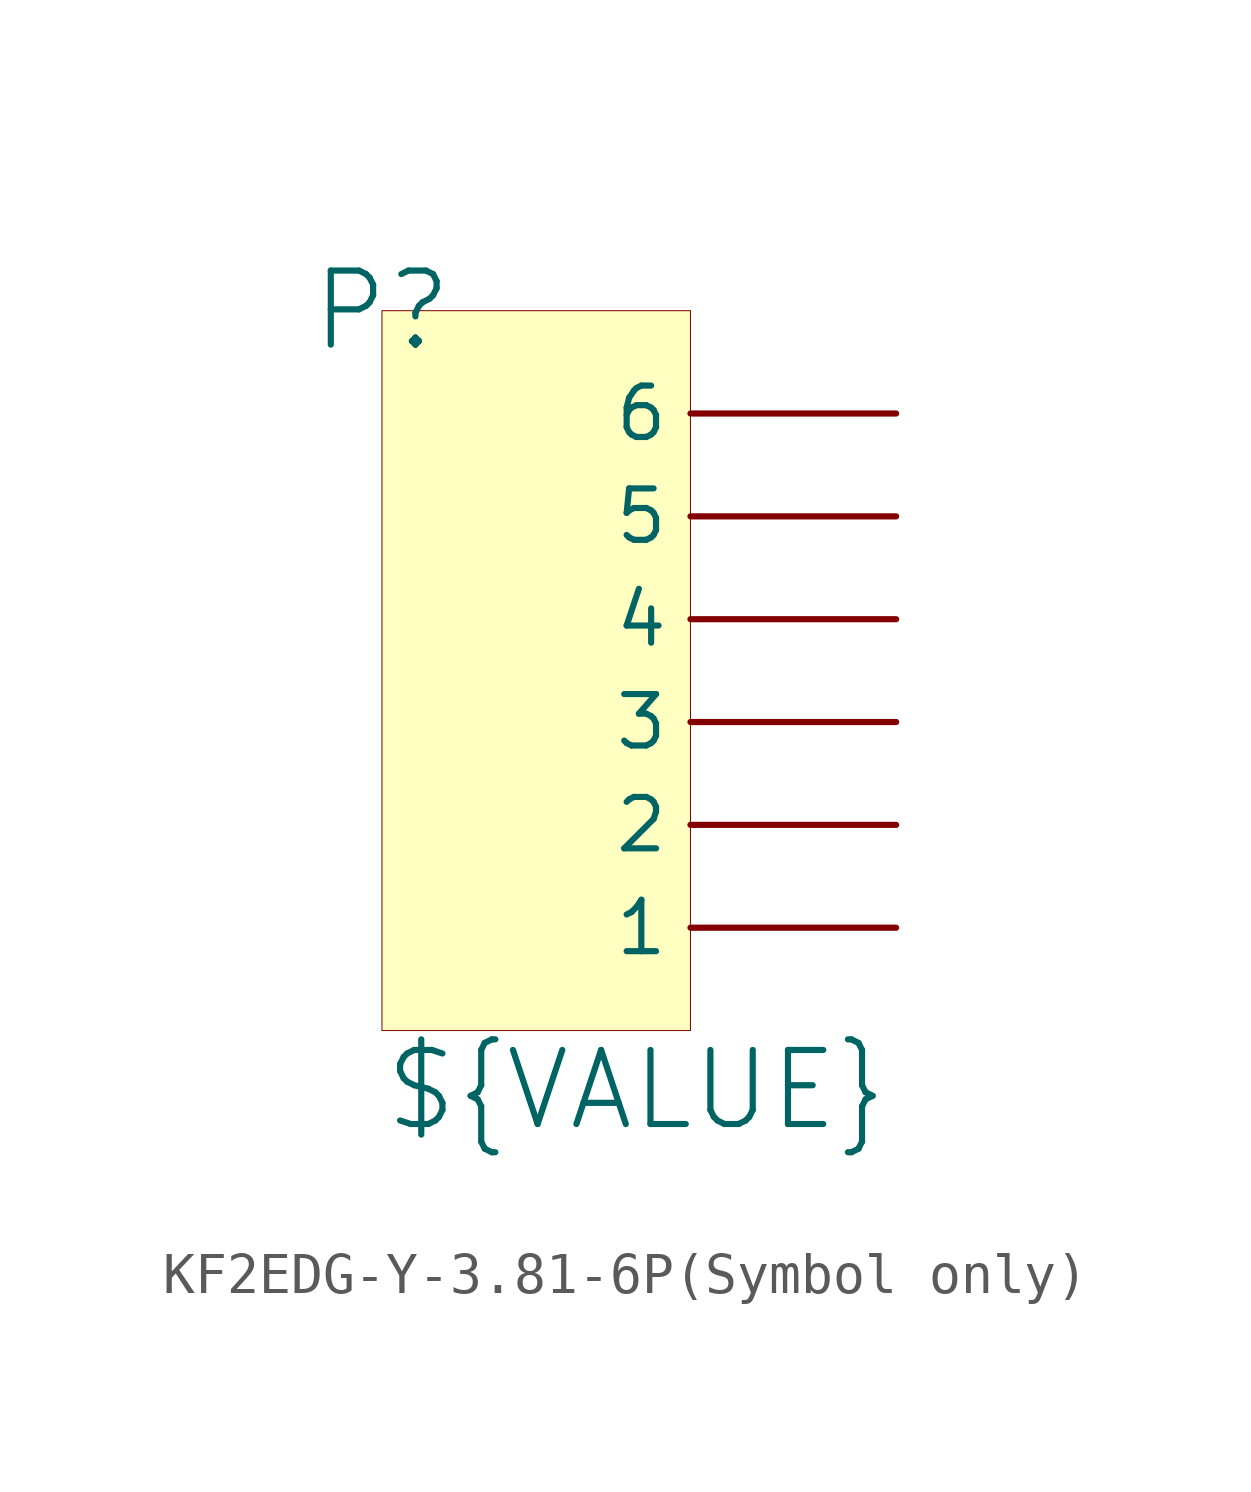
<source format=kicad_sym>
(kicad_symbol_lib
  (version 20241209)
  (generator "kicad_symbol_editor")
  (generator_version "9.0")
  (symbol "KF2EDG-Y-3.81-6P(Symbol only)"
    (pin_numbers
      (hide yes))
    (property "Reference" "P"
      (at 0 17.78 0)
      (effects (font (size 1.829 1.829))))
    (property "Value" "${VALUE}"
      (at 0 -2.54 0)
      (effects (font (size 1.829 1.829)) (justify left bottom)))
    (symbol "KF2EDG-Y-3.81-6P(Symbol only)_1_0"
      (rectangle (start 7.62 17.78) (end 0 0) (stroke (width 0.025) (type solid) (color 128 0 0 1)) (fill (type background)))
      (pin passive line (at 12.7 15.24 180) (length 5.08) (name "6" (effects (font (size 1.27 1.27)))) (number "6" (effects (font (size 1.27 1.27)))))
      (pin passive line (at 12.7 12.7 180) (length 5.08) (name "5" (effects (font (size 1.27 1.27)))) (number "5" (effects (font (size 1.27 1.27)))))
      (pin passive line (at 12.7 10.16 180) (length 5.08) (name "4" (effects (font (size 1.27 1.27)))) (number "4" (effects (font (size 1.27 1.27)))))
      (pin passive line (at 12.7 7.62 180) (length 5.08) (name "3" (effects (font (size 1.27 1.27)))) (number "3" (effects (font (size 1.27 1.27)))))
      (pin passive line (at 12.7 5.08 180) (length 5.08) (name "2" (effects (font (size 1.27 1.27)))) (number "2" (effects (font (size 1.27 1.27)))))
      (pin passive line (at 12.7 2.54 180) (length 5.08) (name "1" (effects (font (size 1.27 1.27)))) (number "1" (effects (font (size 1.27 1.27))))))))
</source>
